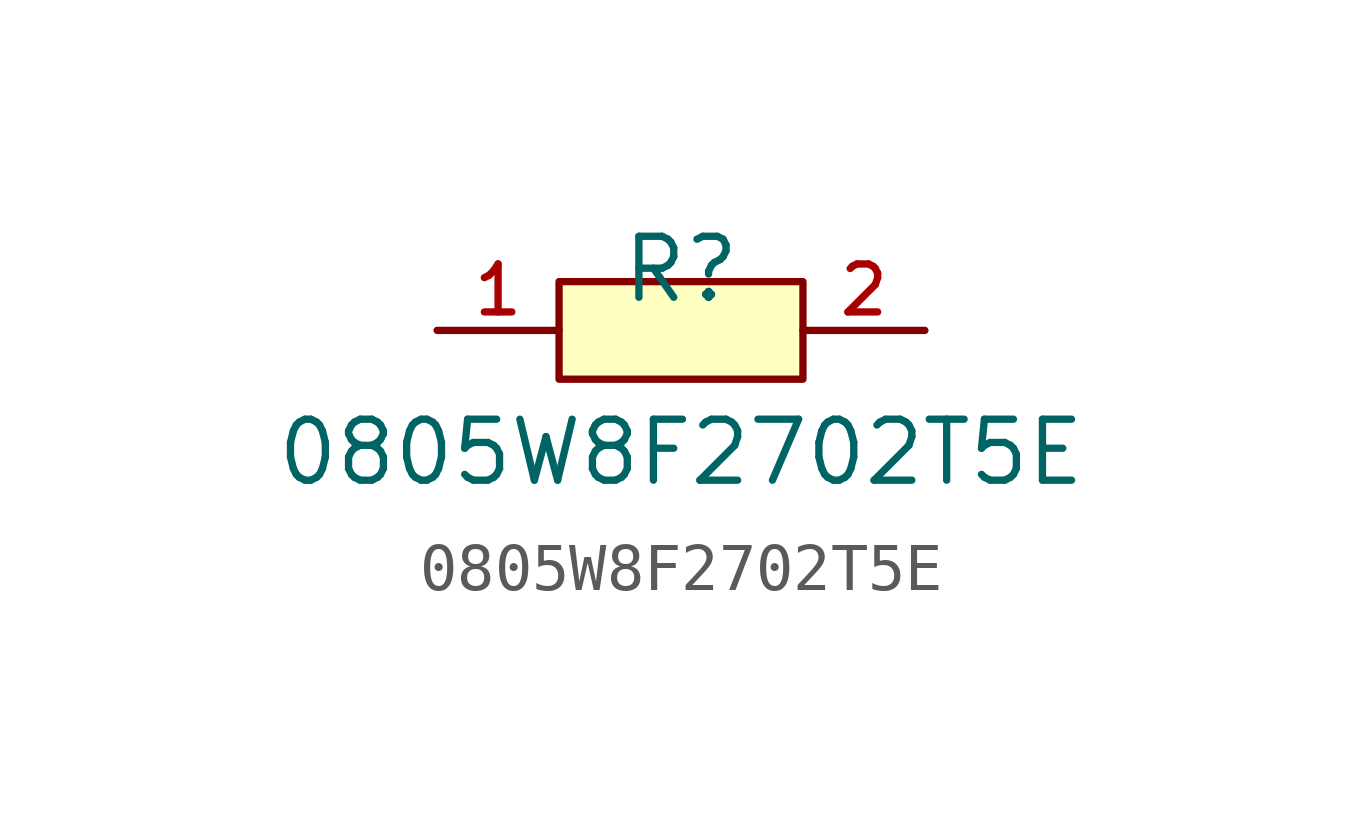
<source format=kicad_sym>
(kicad_symbol_lib
  (version 20210201)
  (generator TousstNicolas/JLC2KiCad_lib)
  (symbol "0805W8F2702T5E"
    (pin_names hide)
    (property "Reference" "R"
      (at 0 1.27 0)
      (effects (font (size 1.27 1.27))))
    (property "Value" "0805W8F2702T5E"
      (at 0 -2.54 0)
      (effects (font (size 1.27 1.27))))
    (symbol "0805W8F2702T5E_0_1"
      (pin input line (at 5.08 -0.0 180) (length 2.54) (name "2" (effects (font (size 1 1)))) (number "2" (effects (font (size 1 1)))))
      (pin input line (at -5.08 -0.0 0) (length 2.54) (name "1" (effects (font (size 1 1)))) (number "1" (effects (font (size 1 1)))))
      (rectangle (start -2.54 1.016) (end 2.54 -1.016) (stroke (width 0) (type default) (color 0 0 0 0)) (fill (type background))))))
</source>
